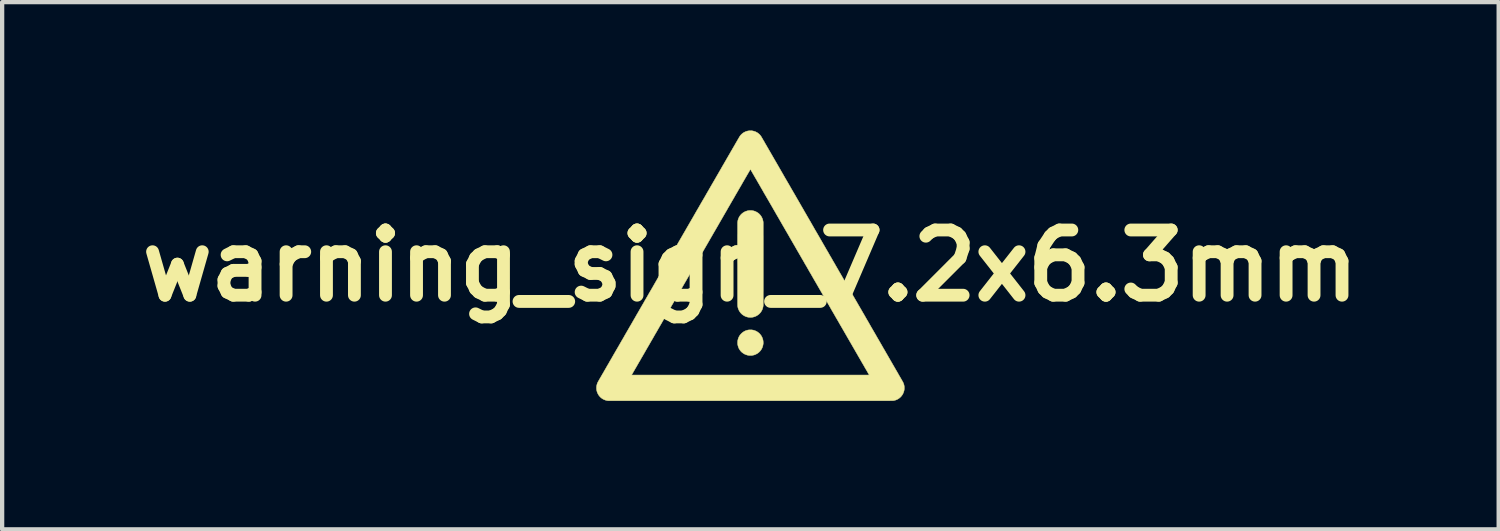
<source format=kicad_pcb>
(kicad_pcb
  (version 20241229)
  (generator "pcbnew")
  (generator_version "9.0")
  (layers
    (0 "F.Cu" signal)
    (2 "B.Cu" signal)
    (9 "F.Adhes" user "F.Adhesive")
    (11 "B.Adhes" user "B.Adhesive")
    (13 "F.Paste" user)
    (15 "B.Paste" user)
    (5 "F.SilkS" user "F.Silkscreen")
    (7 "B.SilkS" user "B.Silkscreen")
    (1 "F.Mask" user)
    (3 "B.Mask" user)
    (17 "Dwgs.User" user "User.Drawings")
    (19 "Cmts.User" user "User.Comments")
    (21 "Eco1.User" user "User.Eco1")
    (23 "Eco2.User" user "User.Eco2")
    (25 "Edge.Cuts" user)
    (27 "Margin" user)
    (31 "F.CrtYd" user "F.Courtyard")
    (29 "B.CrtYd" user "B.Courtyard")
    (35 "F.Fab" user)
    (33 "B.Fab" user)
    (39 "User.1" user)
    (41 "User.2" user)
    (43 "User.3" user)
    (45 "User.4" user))
  (footprint "warning_sign_7.2x6.3mm"
    (layer "F.Cu")
    (at 14.485 3.159)
    (property "Reference" "warning_sign_7.2x6.3mm" (at 0 0 0) (layer "F.SilkS") (effects (font (size 1.524 1.524) (thickness 0.3))))
    (attr through_hole)
    (fp_poly (pts (xy 0.01 1.499) (xy 0.017 1.499) (xy 0.023 1.499) (xy 0.028 1.5) (xy 0.033 1.5) (xy 0.037 1.5) (xy 0.041 1.501) (xy 0.046 1.502) (xy 0.046 1.502) (xy 0.07 1.506) (xy 0.094 1.513) (xy 0.117 1.522) (xy 0.139 1.532) (xy 0.16 1.544) (xy 0.181 1.559) (xy 0.201 1.575) (xy 0.203 1.577) (xy 0.207 1.58) (xy 0.211 1.584) (xy 0.216 1.589) (xy 0.22 1.594) (xy 0.221 1.595) (xy 0.237 1.614) (xy 0.252 1.634) (xy 0.264 1.655) (xy 0.275 1.677) (xy 0.284 1.7) (xy 0.291 1.723) (xy 0.296 1.746) (xy 0.299 1.77) (xy 0.3 1.795) (xy 0.3 1.82) (xy 0.298 1.835) (xy 0.294 1.859) (xy 0.288 1.882) (xy 0.281 1.905) (xy 0.271 1.928) (xy 0.26 1.949) (xy 0.246 1.97) (xy 0.232 1.989) (xy 0.23 1.991) (xy 0.224 1.998) (xy 0.218 2.004) (xy 0.211 2.012) (xy 0.203 2.019) (xy 0.196 2.025) (xy 0.19 2.031) (xy 0.188 2.032) (xy 0.177 2.041) (xy 0.164 2.05) (xy 0.15 2.058) (xy 0.136 2.065) (xy 0.123 2.072) (xy 0.112 2.077) (xy 0.089 2.085) (xy 0.064 2.091) (xy 0.043 2.095) (xy 0.036 2.096) (xy 0.028 2.097) (xy 0.019 2.097) (xy 0.009 2.098) (xy -0.000437 2.098) (xy -0.01 2.098) (xy -0.018 2.098) (xy -0.025 2.097) (xy -0.026 2.097) (xy -0.05 2.094) (xy -0.075 2.088) (xy -0.098 2.081) (xy -0.121 2.072) (xy -0.142 2.062) (xy -0.163 2.049) (xy -0.183 2.035) (xy -0.202 2.02) (xy -0.219 2.003) (xy -0.235 1.984) (xy -0.244 1.972) (xy -0.257 1.952) (xy -0.269 1.931) (xy -0.278 1.909) (xy -0.286 1.886) (xy -0.292 1.863) (xy -0.297 1.84) (xy -0.299 1.816) (xy -0.299 1.792) (xy -0.298 1.768) (xy -0.295 1.745) (xy -0.289 1.721) (xy -0.282 1.698) (xy -0.278 1.688) (xy -0.269 1.666) (xy -0.257 1.644) (xy -0.244 1.624) (xy -0.229 1.605) (xy -0.213 1.588) (xy -0.196 1.572) (xy -0.177 1.557) (xy -0.157 1.543) (xy -0.137 1.531) (xy -0.115 1.521) (xy -0.092 1.513) (xy -0.069 1.506) (xy -0.066 1.506) (xy -0.058 1.504) (xy -0.051 1.502) (xy -0.044 1.501) (xy -0.038 1.501) (xy -0.031 1.5) (xy -0.024 1.5) (xy -0.015 1.499) (xy -0.006 1.499) (xy 0.001 1.499) (xy 0.01 1.499)) (stroke (width 0.01) (type solid)) (fill yes) (layer "F.SilkS"))
    (fp_poly (pts (xy 0.014 -1.291) (xy 0.037 -1.289) (xy 0.061 -1.285) (xy 0.084 -1.279) (xy 0.106 -1.272) (xy 0.129 -1.262) (xy 0.136 -1.258) (xy 0.158 -1.246) (xy 0.178 -1.233) (xy 0.197 -1.218) (xy 0.214 -1.202) (xy 0.23 -1.184) (xy 0.245 -1.165) (xy 0.258 -1.145) (xy 0.269 -1.124) (xy 0.279 -1.102) (xy 0.287 -1.08) (xy 0.293 -1.056) (xy 0.298 -1.032) (xy 0.3 -1.011) (xy 0.3 -1.01) (xy 0.3 -1.006) (xy 0.3 -1) (xy 0.3 -0.993) (xy 0.3 -0.983) (xy 0.3 -0.972) (xy 0.3 -0.959) (xy 0.3 -0.945) (xy 0.3 -0.929) (xy 0.3 -0.911) (xy 0.3 -0.892) (xy 0.3 -0.871) (xy 0.3 -0.849) (xy 0.3 -0.826) (xy 0.3 -0.802) (xy 0.3 -0.776) (xy 0.3 -0.749) (xy 0.3 -0.721) (xy 0.301 -0.692) (xy 0.301 -0.662) (xy 0.301 -0.631) (xy 0.301 -0.599) (xy 0.301 -0.566) (xy 0.301 -0.533) (xy 0.301 -0.498) (xy 0.301 -0.464) (xy 0.301 -0.428) (xy 0.301 -0.392) (xy 0.301 -0.356) (xy 0.301 -0.319) (xy 0.301 -0.281) (xy 0.301 -0.243) (xy 0.301 -0.205) (xy 0.301 -0.167) (xy 0.301 -0.129) (xy 0.301 -0.09) (xy 0.301 -0.051) (xy 0.301 -0.013) (xy 0.301 0.026) (xy 0.301 0.064) (xy 0.301 0.103) (xy 0.301 0.141) (xy 0.301 0.179) (xy 0.301 0.216) (xy 0.301 0.253) (xy 0.301 0.29) (xy 0.301 0.327) (xy 0.301 0.362) (xy 0.301 0.398) (xy 0.301 0.432) (xy 0.301 0.466) (xy 0.301 0.499) (xy 0.301 0.531) (xy 0.301 0.563) (xy 0.301 0.593) (xy 0.3 0.623) (xy 0.3 0.651) (xy 0.3 0.679) (xy 0.3 0.705) (xy 0.3 0.73) (xy 0.3 0.754) (xy 0.3 0.777) (xy 0.3 0.798) (xy 0.3 0.818) (xy 0.3 0.836) (xy 0.3 0.853) (xy 0.3 0.869) (xy 0.3 0.882) (xy 0.3 0.894) (xy 0.3 0.905) (xy 0.3 0.913) (xy 0.3 0.92) (xy 0.3 0.925) (xy 0.3 0.927) (xy 0.3 0.928) (xy 0.297 0.953) (xy 0.292 0.977) (xy 0.286 1) (xy 0.278 1.022) (xy 0.268 1.044) (xy 0.256 1.064) (xy 0.244 1.084) (xy 0.229 1.102) (xy 0.213 1.119) (xy 0.197 1.135) (xy 0.178 1.149) (xy 0.159 1.162) (xy 0.139 1.174) (xy 0.117 1.184) (xy 0.095 1.192) (xy 0.072 1.199) (xy 0.048 1.204) (xy 0.037 1.205) (xy 0.031 1.206) (xy 0.024 1.207) (xy 0.017 1.207) (xy 0.009 1.207) (xy 0.002 1.208) (xy -0.005 1.208) (xy -0.011 1.208) (xy -0.015 1.207) (xy -0.04 1.205) (xy -0.063 1.201) (xy -0.086 1.195) (xy -0.107 1.188) (xy -0.109 1.187) (xy -0.131 1.177) (xy -0.153 1.165) (xy -0.173 1.152) (xy -0.193 1.137) (xy -0.21 1.121) (xy -0.227 1.103) (xy -0.242 1.084) (xy -0.255 1.064) (xy -0.267 1.043) (xy -0.277 1.021) (xy -0.286 0.997) (xy -0.287 0.994) (xy -0.29 0.983) (xy -0.293 0.97) (xy -0.295 0.957) (xy -0.297 0.945) (xy -0.297 0.944) (xy -0.298 0.943) (xy -0.298 0.942) (xy -0.298 0.941) (xy -0.298 0.94) (xy -0.298 0.938) (xy -0.298 0.936) (xy -0.298 0.933) (xy -0.298 0.931) (xy -0.298 0.927) (xy -0.298 0.924) (xy -0.298 0.919) (xy -0.298 0.914) (xy -0.298 0.909) (xy -0.299 0.903) (xy -0.299 0.896) (xy -0.299 0.889) (xy -0.299 0.881) (xy -0.299 0.872) (xy -0.299 0.862) (xy -0.299 0.851) (xy -0.299 0.84) (xy -0.299 0.827) (xy -0.299 0.814) (xy -0.299 0.799) (xy -0.299 0.784) (xy -0.299 0.767) (xy -0.299 0.749) (xy -0.299 0.731) (xy -0.299 0.71) (xy -0.299 0.689) (xy -0.299 0.666) (xy -0.299 0.642) (xy -0.299 0.617) (xy -0.299 0.59) (xy -0.299 0.562) (xy -0.299 0.532) (xy -0.299 0.501) (xy -0.299 0.469) (xy -0.299 0.434) (xy -0.299 0.398) (xy -0.299 0.361) (xy -0.299 0.321) (xy -0.299 0.28) (xy -0.299 0.238) (xy -0.299 0.193) (xy -0.299 0.146) (xy -0.299 0.098) (xy -0.299 0.048) (xy -0.299 -0.005) (xy -0.299 -0.03) (xy -0.3 -0.09) (xy -0.3 -0.148) (xy -0.3 -0.204) (xy -0.3 -0.259) (xy -0.3 -0.311) (xy -0.3 -0.361) (xy -0.3 -0.409) (xy -0.3 -0.455) (xy -0.3 -0.5) (xy -0.3 -0.542) (xy -0.3 -0.583) (xy -0.3 -0.621) (xy -0.3 -0.658) (xy -0.3 -0.693) (xy -0.3 -0.725) (xy -0.299 -0.756) (xy -0.299 -0.786) (xy -0.299 -0.813) (xy -0.299 -0.839) (xy -0.299 -0.862) (xy -0.299 -0.884) (xy -0.299 -0.904) (xy -0.299 -0.922) (xy -0.299 -0.939) (xy -0.299 -0.954) (xy -0.299 -0.967) (xy -0.299 -0.978) (xy -0.299 -0.988) (xy -0.299 -0.995) (xy -0.299 -1.002) (xy -0.299 -1.006) (xy -0.299 -1.009) (xy -0.299 -1.009) (xy -0.296 -1.034) (xy -0.292 -1.059) (xy -0.285 -1.082) (xy -0.277 -1.105) (xy -0.267 -1.127) (xy -0.255 -1.149) (xy -0.241 -1.169) (xy -0.234 -1.178) (xy -0.218 -1.197) (xy -0.201 -1.213) (xy -0.182 -1.229) (xy -0.163 -1.242) (xy -0.143 -1.254) (xy -0.122 -1.265) (xy -0.1 -1.273) (xy -0.078 -1.28) (xy -0.056 -1.286) (xy -0.033 -1.289) (xy -0.009 -1.291) (xy 0.014 -1.291)) (stroke (width 0.01) (type solid)) (fill yes) (layer "F.SilkS"))
    (fp_poly (pts (xy 0.035 -3.153) (xy 0.059 -3.149) (xy 0.082 -3.143) (xy 0.105 -3.136) (xy 0.127 -3.127) (xy 0.149 -3.115) (xy 0.17 -3.103) (xy 0.176 -3.098) (xy 0.194 -3.084) (xy 0.211 -3.069) (xy 0.227 -3.052) (xy 0.241 -3.034) (xy 0.254 -3.016) (xy 0.256 -3.012) (xy 0.257 -3.01) (xy 0.259 -3.007) (xy 0.262 -3.002) (xy 0.265 -2.996) (xy 0.27 -2.988) (xy 0.276 -2.978) (xy 0.282 -2.967) (xy 0.29 -2.954) (xy 0.298 -2.939) (xy 0.308 -2.923) (xy 0.318 -2.906) (xy 0.329 -2.887) (xy 0.34 -2.866) (xy 0.353 -2.844) (xy 0.367 -2.821) (xy 0.381 -2.796) (xy 0.396 -2.77) (xy 0.412 -2.743) (xy 0.428 -2.714) (xy 0.446 -2.684) (xy 0.464 -2.653) (xy 0.482 -2.621) (xy 0.502 -2.587) (xy 0.522 -2.552) (xy 0.543 -2.516) (xy 0.564 -2.479) (xy 0.586 -2.441) (xy 0.609 -2.402) (xy 0.632 -2.362) (xy 0.656 -2.32) (xy 0.68 -2.278) (xy 0.705 -2.235) (xy 0.731 -2.19) (xy 0.757 -2.145) (xy 0.783 -2.099) (xy 0.81 -2.052) (xy 0.838 -2.004) (xy 0.866 -1.956) (xy 0.895 -1.907) (xy 0.924 -1.856) (xy 0.953 -1.805) (xy 0.983 -1.754) (xy 1.013 -1.702) (xy 1.044 -1.649) (xy 1.075 -1.595) (xy 1.106 -1.541) (xy 1.138 -1.486) (xy 1.17 -1.43) (xy 1.202 -1.374) (xy 1.235 -1.318) (xy 1.267 -1.261) (xy 1.301 -1.203) (xy 1.334 -1.146) (xy 1.368 -1.087) (xy 1.402 -1.029) (xy 1.436 -0.969) (xy 1.47 -0.91) (xy 1.504 -0.85) (xy 1.539 -0.79) (xy 1.574 -0.73) (xy 1.609 -0.67) (xy 1.644 -0.609) (xy 1.679 -0.548) (xy 1.714 -0.487) (xy 1.75 -0.425) (xy 1.785 -0.364) (xy 1.821 -0.303) (xy 1.856 -0.241) (xy 1.892 -0.18) (xy 1.927 -0.118) (xy 1.963 -0.057) (xy 1.998 0.005) (xy 2.034 0.066) (xy 2.069 0.128) (xy 2.105 0.189) (xy 2.14 0.25) (xy 2.175 0.311) (xy 2.21 0.372) (xy 2.245 0.432) (xy 2.28 0.493) (xy 2.314 0.553) (xy 2.349 0.613) (xy 2.383 0.672) (xy 2.417 0.731) (xy 2.451 0.79) (xy 2.485 0.848) (xy 2.518 0.906) (xy 2.552 0.964) (xy 2.585 1.021) (xy 2.617 1.077) (xy 2.65 1.133) (xy 2.682 1.189) (xy 2.713 1.244) (xy 2.745 1.298) (xy 2.776 1.352) (xy 2.806 1.405) (xy 2.836 1.457) (xy 2.866 1.509) (xy 2.896 1.56) (xy 2.925 1.61) (xy 2.953 1.66) (xy 2.981 1.708) (xy 3.009 1.756) (xy 3.036 1.803) (xy 3.063 1.849) (xy 3.089 1.895) (xy 3.114 1.939) (xy 3.14 1.982) (xy 3.164 2.025) (xy 3.188 2.066) (xy 3.211 2.106) (xy 3.234 2.146) (xy 3.256 2.184) (xy 3.277 2.221) (xy 3.298 2.257) (xy 3.318 2.292) (xy 3.338 2.326) (xy 3.357 2.359) (xy 3.375 2.39) (xy 3.392 2.42) (xy 3.409 2.449) (xy 3.425 2.476) (xy 3.44 2.502) (xy 3.454 2.527) (xy 3.467 2.551) (xy 3.48 2.573) (xy 3.492 2.593) (xy 3.503 2.612) (xy 3.513 2.63) (xy 3.523 2.646) (xy 3.531 2.661) (xy 3.539 2.674) (xy 3.545 2.686) (xy 3.551 2.696) (xy 3.556 2.704) (xy 3.56 2.711) (xy 3.563 2.716) (xy 3.564 2.719) (xy 3.565 2.72) (xy 3.565 2.721) (xy 3.575 2.742) (xy 3.583 2.764) (xy 3.59 2.787) (xy 3.594 2.81) (xy 3.596 2.822) (xy 3.596 2.827) (xy 3.597 2.834) (xy 3.597 2.843) (xy 3.597 2.852) (xy 3.597 2.861) (xy 3.597 2.87) (xy 3.597 2.878) (xy 3.596 2.885) (xy 3.596 2.89) (xy 3.592 2.914) (xy 3.586 2.938) (xy 3.578 2.961) (xy 3.569 2.983) (xy 3.558 3.005) (xy 3.545 3.025) (xy 3.531 3.044) (xy 3.516 3.062) (xy 3.498 3.079) (xy 3.48 3.094) (xy 3.46 3.108) (xy 3.44 3.12) (xy 3.434 3.123) (xy 3.417 3.131) (xy 3.4 3.138) (xy 3.383 3.143) (xy 3.365 3.148) (xy 3.346 3.152) (xy 3.337 3.153) (xy 3.336 3.154) (xy 3.336 3.154) (xy 3.335 3.154) (xy 3.334 3.154) (xy 3.333 3.154) (xy 3.332 3.154) (xy 3.331 3.154) (xy 3.329 3.154) (xy 3.327 3.154) (xy 3.325 3.154) (xy 3.322 3.154) (xy 3.319 3.154) (xy 3.316 3.154) (xy 3.313 3.154) (xy 3.309 3.154) (xy 3.304 3.154) (xy 3.3 3.154) (xy 3.294 3.154) (xy 3.289 3.154) (xy 3.283 3.154) (xy 3.276 3.154) (xy 3.269 3.154) (xy 3.261 3.154) (xy 3.253 3.155) (xy 3.244 3.155) (xy 3.234 3.155) (xy 3.224 3.155) (xy 3.213 3.155) (xy 3.202 3.155) (xy 3.189 3.155) (xy 3.177 3.155) (xy 3.163 3.155) (xy 3.149 3.155) (xy 3.133 3.155) (xy 3.117 3.155) (xy 3.101 3.155) (xy 3.083 3.155) (xy 3.065 3.155) (xy 3.045 3.155) (xy 3.025 3.155) (xy 3.004 3.155) (xy 2.982 3.155) (xy 2.959 3.155) (xy 2.935 3.155) (xy 2.91 3.155) (xy 2.884 3.155) (xy 2.856 3.155) (xy 2.828 3.155) (xy 2.799 3.155) (xy 2.769 3.155) (xy 2.737 3.155) (xy 2.705 3.155) (xy 2.671 3.155) (xy 2.636 3.155) (xy 2.6 3.155) (xy 2.562 3.155) (xy 2.524 3.155) (xy 2.484 3.155) (xy 2.442 3.155) (xy 2.4 3.155) (xy 2.356 3.155) (xy 2.311 3.155) (xy 2.264 3.155) (xy 2.216 3.155) (xy 2.167 3.155) (xy 2.116 3.155) (xy 2.064 3.155) (xy 2.01 3.155) (xy 1.955 3.155) (xy 1.898 3.155) (xy 1.84 3.155) (xy 1.78 3.155) (xy 1.719 3.155) (xy 1.656 3.155) (xy 1.591 3.155) (xy 1.525 3.155) (xy 1.457 3.155) (xy 1.387 3.155) (xy 1.316 3.155) (xy 1.243 3.155) (xy 1.168 3.155) (xy 1.092 3.155) (xy 1.013 3.155) (xy 0.933 3.155) (xy 0.851 3.155) (xy 0.768 3.155) (xy 0.682 3.155) (xy 0.594 3.155) (xy 0.505 3.155) (xy 0.414 3.155) (xy 0.32 3.155) (xy 0.225 3.155) (xy 0.128 3.155) (xy 0.029 3.155) (xy 0.006 3.155) (xy -0.079 3.155) (xy -0.163 3.155) (xy -0.247 3.155) (xy -0.33 3.155) (xy -0.412 3.155) (xy -0.575 3.155) (xy -0.656 3.155) (xy -0.735 3.155) (xy -0.814 3.155) (xy -0.892 3.155) (xy -0.97 3.155) (xy -1.046 3.155) (xy -1.122 3.155) (xy -1.196 3.155) (xy -1.27 3.155) (xy -1.343 3.155) (xy -1.415 3.155) (xy -1.486 3.155) (xy -1.556 3.155) (xy -1.625 3.155) (xy -1.693 3.155) (xy -1.76 3.155) (xy -1.826 3.155) (xy -1.891 3.155) (xy -1.954 3.155) (xy -2.017 3.155) (xy -2.078 3.155) (xy -2.138 3.155) (xy -2.197 3.155) (xy -2.255 3.155) (xy -2.311 3.155) (xy -2.367 3.155) (xy -2.42 3.155) (xy -2.473 3.155) (xy -2.524 3.155) (xy -2.574 3.155) (xy -2.622 3.155) (xy -2.669 3.155) (xy -2.715 3.155) (xy -2.759 3.155) (xy -2.802 3.155) (xy -2.843 3.155) (xy -2.883 3.155) (xy -2.921 3.155) (xy -2.957 3.155) (xy -2.992 3.155) (xy -3.025 3.155) (xy -3.057 3.155) (xy -3.087 3.155) (xy -3.115 3.155) (xy -3.142 3.155) (xy -3.167 3.155) (xy -3.19 3.155) (xy -3.211 3.155) (xy -3.231 3.155) (xy -3.249 3.155) (xy -3.265 3.155) (xy -3.279 3.155) (xy -3.291 3.155) (xy -3.301 3.155) (xy -3.309 3.155) (xy -3.316 3.155) (xy -3.32 3.155) (xy -3.322 3.155) (xy -3.323 3.155) (xy -3.347 3.152) (xy -3.37 3.147) (xy -3.394 3.139) (xy -3.417 3.13) (xy -3.43 3.124) (xy -3.451 3.113) (xy -3.472 3.099) (xy -3.491 3.084) (xy -3.509 3.068) (xy -3.525 3.05) (xy -3.54 3.031) (xy -3.554 3.011) (xy -3.565 2.989) (xy -3.576 2.966) (xy -3.576 2.966) (xy -3.582 2.948) (xy -3.588 2.929) (xy -3.592 2.909) (xy -3.595 2.89) (xy -3.595 2.884) (xy -3.596 2.877) (xy -3.596 2.869) (xy -3.596 2.86) (xy -3.596 2.851) (xy -3.596 2.842) (xy -3.596 2.834) (xy -3.595 2.827) (xy -3.595 2.822) (xy -3.591 2.798) (xy -3.585 2.775) (xy -3.578 2.752) (xy -3.569 2.731) (xy -3.564 2.721) (xy -3.564 2.719) (xy -3.562 2.717) (xy -3.559 2.712) (xy -3.556 2.706) (xy -3.551 2.698) (xy -3.546 2.688) (xy -3.539 2.677) (xy -3.532 2.664) (xy -3.524 2.65) (xy -3.515 2.634) (xy -3.505 2.617) (xy -3.494 2.598) (xy -3.482 2.578) (xy -3.47 2.556) (xy -3.469 2.555) (xy -2.777 2.555) (xy 2.778 2.555) (xy 2.777 2.553) (xy 2.776 2.552) (xy 2.775 2.549) (xy 2.772 2.545) (xy 2.768 2.539) (xy 2.764 2.531) (xy 2.759 2.522) (xy 2.752 2.511) (xy 2.745 2.498) (xy 2.737 2.484) (xy 2.728 2.468) (xy 2.718 2.451) (xy 2.707 2.432) (xy 2.695 2.412) (xy 2.682 2.39) (xy 2.669 2.367) (xy 2.655 2.342) (xy 2.64 2.316) (xy 2.624 2.289) (xy 2.607 2.26) (xy 2.59 2.23) (xy 2.572 2.199) (xy 2.553 2.166) (xy 2.533 2.132) (xy 2.513 2.097) (xy 2.492 2.06) (xy 2.47 2.023) (xy 2.448 1.984) (xy 2.425 1.944) (xy 2.401 1.903) (xy 2.377 1.861) (xy 2.352 1.818) (xy 2.326 1.773) (xy 2.3 1.728) (xy 2.273 1.682) (xy 2.246 1.634) (xy 2.218 1.586) (xy 2.19 1.537) (xy 2.161 1.487) (xy 2.131 1.435) (xy 2.101 1.384) (xy 2.071 1.331) (xy 2.04 1.277) (xy 2.008 1.223) (xy 1.976 1.167) (xy 1.944 1.111) (xy 1.911 1.055) (xy 1.878 0.997) (xy 1.845 0.939) (xy 1.811 0.88) (xy 1.776 0.82) (xy 1.741 0.76) (xy 1.706 0.7) (xy 1.671 0.638) (xy 1.635 0.576) (xy 1.599 0.514) (xy 1.563 0.451) (xy 1.526 0.387) (xy 1.489 0.324) (xy 1.452 0.259) (xy 1.415 0.194) (xy 1.388 0.149) (xy 1.351 0.084) (xy 1.314 0.019) (xy 1.276 -0.045) (xy 1.24 -0.109) (xy 1.203 -0.172) (xy 1.167 -0.235) (xy 1.131 -0.297) (xy 1.095 -0.359) (xy 1.06 -0.42) (xy 1.025 -0.481) (xy 0.99 -0.541) (xy 0.956 -0.6) (xy 0.922 -0.659) (xy 0.889 -0.717) (xy 0.856 -0.774) (xy 0.823 -0.83) (xy 0.791 -0.886) (xy 0.759 -0.941) (xy 0.728 -0.995) (xy 0.697 -1.049) (xy 0.667 -1.101) (xy 0.637 -1.153) (xy 0.607 -1.204) (xy 0.579 -1.254) (xy 0.55 -1.303) (xy 0.523 -1.351) (xy 0.496 -1.398) (xy 0.469 -1.444) (xy 0.443 -1.489) (xy 0.418 -1.533) (xy 0.393 -1.575) (xy 0.369 -1.617) (xy 0.345 -1.658) (xy 0.322 -1.697) (xy 0.3 -1.736) (xy 0.279 -1.773) (xy 0.258 -1.809) (xy 0.238 -1.844) (xy 0.219 -1.877) (xy 0.2 -1.91) (xy 0.182 -1.941) (xy 0.165 -1.97) (xy 0.149 -1.999) (xy 0.133 -2.026) (xy 0.118 -2.051) (xy 0.104 -2.075) (xy 0.091 -2.098) (xy 0.079 -2.119) (xy 0.067 -2.139) (xy 0.057 -2.157) (xy 0.047 -2.174) (xy 0.038 -2.19) (xy 0.03 -2.203) (xy 0.023 -2.215) (xy 0.017 -2.226) (xy 0.012 -2.235) (xy 0.008 -2.242) (xy 0.005 -2.247) (xy 0.003 -2.251) (xy 0.001 -2.253) (xy 0.001 -2.254) (xy 0.000491 -2.253) (xy -0.001 -2.25) (xy -0.004 -2.246) (xy -0.007 -2.24) (xy -0.011 -2.233) (xy -0.016 -2.224) (xy -0.022 -2.214) (xy -0.029 -2.202) (xy -0.037 -2.189) (xy -0.045 -2.175) (xy -0.054 -2.159) (xy -0.064 -2.142) (xy -0.075 -2.124) (xy -0.086 -2.105) (xy -0.097 -2.085) (xy -0.11 -2.064) (xy -0.123 -2.041) (xy -0.136 -2.018) (xy -0.15 -1.994) (xy -0.164 -1.97) (xy -0.179 -1.944) (xy -0.194 -1.918) (xy -0.209 -1.891) (xy -0.225 -1.864) (xy -0.241 -1.836) (xy -0.258 -1.807) (xy -0.275 -1.778) (xy -0.278 -1.773) (xy -0.287 -1.757) (xy -0.297 -1.739) (xy -0.308 -1.72) (xy -0.321 -1.699) (xy -0.334 -1.676) (xy -0.348 -1.652) (xy -0.363 -1.626) (xy -0.378 -1.599) (xy -0.395 -1.57) (xy -0.412 -1.54) (xy -0.431 -1.508) (xy -0.45 -1.475) (xy -0.47 -1.441) (xy -0.49 -1.405) (xy -0.512 -1.368) (xy -0.534 -1.33) (xy -0.556 -1.29) (xy -0.58 -1.25) (xy -0.604 -1.208) (xy -0.629 -1.165) (xy -0.654 -1.121) (xy -0.68 -1.076) (xy -0.707 -1.03) (xy -0.734 -0.983) (xy -0.761 -0.935) (xy -0.789 -0.887) (xy -0.818 -0.837) (xy -0.847 -0.787) (xy -0.877 -0.735) (xy -0.907 -0.683) (xy -0.937 -0.631) (xy -0.968 -0.577) (xy -0.999 -0.523) (xy -1.031 -0.468) (xy -1.063 -0.413) (xy -1.095 -0.357) (xy -1.128 -0.301) (xy -1.161 -0.244) (xy -1.194 -0.186) (xy -1.227 -0.129) (xy -1.261 -0.07) (xy -1.294 -0.012) (xy -1.328 0.047) (xy -1.363 0.106) (xy -1.397 0.165) (xy -1.431 0.225) (xy -1.466 0.285) (xy -1.5 0.344) (xy -1.535 0.404) (xy -1.57 0.464) (xy -1.604 0.525) (xy -1.639 0.585) (xy -1.665 0.629) (xy -1.698 0.687) (xy -1.731 0.745) (xy -1.765 0.802) (xy -1.797 0.859) (xy -1.83 0.915) (xy -1.862 0.971) (xy -1.894 1.027) (xy -1.926 1.081) (xy -1.957 1.136) (xy -1.988 1.189) (xy -2.019 1.242) (xy -2.049 1.294) (xy -2.078 1.346) (xy -2.108 1.397) (xy -2.137 1.447) (xy -2.165 1.496) (xy -2.193 1.545) (xy -2.221 1.592) (xy -2.248 1.639) (xy -2.274 1.685) (xy -2.3 1.73) (xy -2.326 1.774) (xy -2.351 1.818) (xy -2.375 1.86) (xy -2.399 1.901) (xy -2.422 1.941) (xy -2.445 1.981) (xy -2.467 2.019) (xy -2.488 2.056) (xy -2.509 2.092) (xy -2.529 2.127) (xy -2.549 2.16) (xy -2.567 2.193) (xy -2.585 2.224) (xy -2.603 2.254) (xy -2.619 2.282) (xy -2.635 2.31) (xy -2.65 2.336) (xy -2.664 2.361) (xy -2.678 2.384) (xy -2.691 2.406) (xy -2.702 2.426) (xy -2.713 2.445) (xy -2.724 2.463) (xy -2.733 2.479) (xy -2.741 2.494) (xy -2.749 2.507) (xy -2.755 2.518) (xy -2.761 2.528) (xy -2.766 2.536) (xy -2.769 2.542) (xy -2.772 2.547) (xy -2.774 2.551) (xy -2.775 2.552) (xy -2.775 2.552) (xy -2.777 2.555) (xy -3.469 2.555) (xy -3.456 2.533) (xy -3.442 2.509) (xy -3.427 2.483) (xy -3.412 2.456) (xy -3.395 2.427) (xy -3.378 2.397) (xy -3.36 2.366) (xy -3.342 2.334) (xy -3.322 2.301) (xy -3.302 2.266) (xy -3.282 2.23) (xy -3.26 2.193) (xy -3.238 2.155) (xy -3.216 2.116) (xy -3.193 2.076) (xy -3.169 2.035) (xy -3.145 1.993) (xy -3.12 1.95) (xy -3.094 1.906) (xy -3.068 1.861) (xy -3.042 1.815) (xy -3.015 1.768) (xy -2.987 1.72) (xy -2.959 1.672) (xy -2.931 1.622) (xy -2.902 1.572) (xy -2.873 1.522) (xy -2.843 1.47) (xy -2.813 1.418) (xy -2.782 1.365) (xy -2.751 1.311) (xy -2.72 1.257) (xy -2.688 1.202) (xy -2.657 1.147) (xy -2.624 1.091) (xy -2.592 1.035) (xy -2.559 0.978) (xy -2.526 0.921) (xy -2.492 0.863) (xy -2.459 0.804) (xy -2.425 0.746) (xy -2.391 0.687) (xy -2.357 0.627) (xy -2.322 0.568) (xy -2.287 0.508) (xy -2.253 0.448) (xy -2.218 0.387) (xy -2.183 0.326) (xy -2.148 0.265) (xy -2.112 0.204) (xy -2.077 0.143) (xy -2.042 0.082) (xy -2.006 0.02) (xy -1.971 -0.041) (xy -1.935 -0.103) (xy -1.9 -0.164) (xy -1.864 -0.226) (xy -1.828 -0.287) (xy -1.793 -0.349) (xy -1.758 -0.41) (xy -1.722 -0.471) (xy -1.687 -0.533) (xy -1.652 -0.594) (xy -1.617 -0.654) (xy -1.582 -0.715) (xy -1.547 -0.775) (xy -1.512 -0.835) (xy -1.478 -0.895) (xy -1.443 -0.955) (xy -1.409 -1.014) (xy -1.375 -1.073) (xy -1.341 -1.131) (xy -1.308 -1.189) (xy -1.275 -1.247) (xy -1.242 -1.304) (xy -1.209 -1.36) (xy -1.177 -1.416) (xy -1.145 -1.472) (xy -1.113 -1.527) (xy -1.081 -1.581) (xy -1.05 -1.635) (xy -1.02 -1.688) (xy -0.989 -1.741) (xy -0.959 -1.793) (xy -0.93 -1.844) (xy -0.901 -1.894) (xy -0.872 -1.944) (xy -0.844 -1.992) (xy -0.816 -2.04) (xy -0.789 -2.088) (xy -0.762 -2.134) (xy -0.736 -2.179) (xy -0.71 -2.224) (xy -0.685 -2.267) (xy -0.661 -2.31) (xy -0.637 -2.351) (xy -0.613 -2.392) (xy -0.591 -2.431) (xy -0.568 -2.47) (xy -0.547 -2.507) (xy -0.526 -2.543) (xy -0.506 -2.578) (xy -0.486 -2.612) (xy -0.467 -2.645) (xy -0.449 -2.677) (xy -0.431 -2.707) (xy -0.415 -2.736) (xy -0.399 -2.763) (xy -0.383 -2.79) (xy -0.369 -2.815) (xy -0.355 -2.838) (xy -0.343 -2.861) (xy -0.33 -2.882) (xy -0.319 -2.901) (xy -0.309 -2.919) (xy -0.299 -2.935) (xy -0.291 -2.95) (xy -0.283 -2.963) (xy -0.276 -2.975) (xy -0.27 -2.985) (xy -0.265 -2.994) (xy -0.261 -3.001) (xy -0.258 -3.006) (xy -0.256 -3.01) (xy -0.255 -3.011) (xy -0.255 -3.012) (xy -0.243 -3.03) (xy -0.229 -3.048) (xy -0.213 -3.065) (xy -0.196 -3.081) (xy -0.178 -3.095) (xy -0.174 -3.099) (xy -0.154 -3.112) (xy -0.133 -3.123) (xy -0.111 -3.133) (xy -0.089 -3.141) (xy -0.066 -3.147) (xy -0.062 -3.148) (xy -0.038 -3.152) (xy -0.014 -3.154) (xy 0.011 -3.154) (xy 0.035 -3.153)) (stroke (width 0.01) (type solid)) (fill yes) (layer "F.SilkS")))
  (gr_rect
    (start -3 -3)
    (end 31.971 9.32)
    (stroke (width 0.1) (type default))
    (fill no)
    (layer "Edge.Cuts")))
</source>
